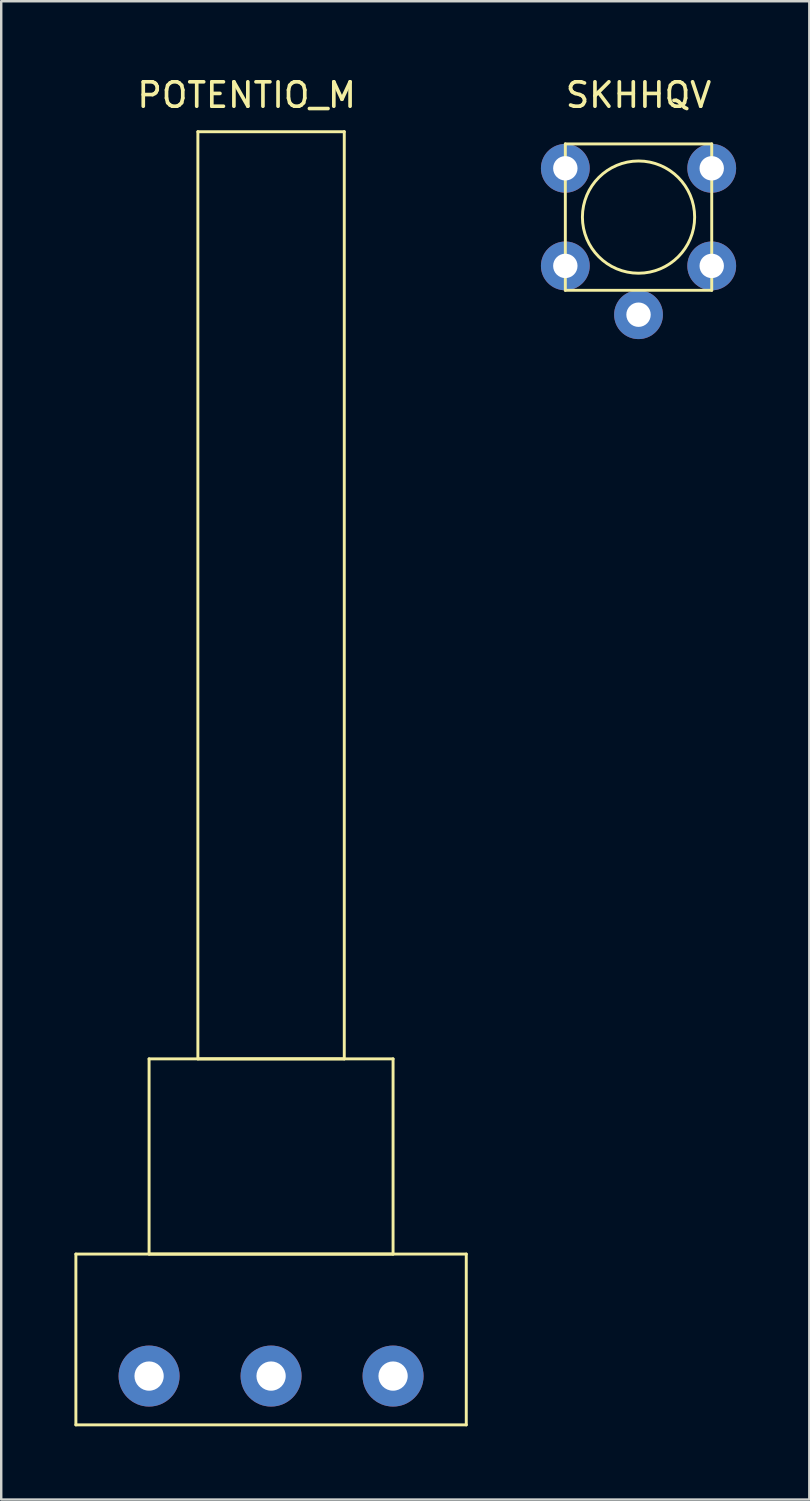
<source format=kicad_pcb>
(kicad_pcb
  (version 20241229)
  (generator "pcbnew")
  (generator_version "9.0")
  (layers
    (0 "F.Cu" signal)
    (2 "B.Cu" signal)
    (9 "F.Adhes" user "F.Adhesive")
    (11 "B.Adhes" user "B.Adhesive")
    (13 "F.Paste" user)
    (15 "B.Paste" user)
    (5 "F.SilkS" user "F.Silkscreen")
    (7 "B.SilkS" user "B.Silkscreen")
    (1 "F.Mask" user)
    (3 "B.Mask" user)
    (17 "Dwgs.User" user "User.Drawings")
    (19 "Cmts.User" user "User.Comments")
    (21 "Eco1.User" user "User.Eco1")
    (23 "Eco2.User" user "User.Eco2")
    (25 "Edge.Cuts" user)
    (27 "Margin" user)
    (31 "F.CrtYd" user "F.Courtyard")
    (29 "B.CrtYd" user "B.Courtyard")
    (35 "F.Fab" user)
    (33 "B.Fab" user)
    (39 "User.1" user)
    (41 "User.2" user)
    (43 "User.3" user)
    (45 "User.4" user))
  (footprint "SKHHQV"
    (layer "F.Cu")
    (at 23.12 5.848)
    (property "Reference" "SKHHQV" (at 0 -5 0) (layer "F.SilkS") (effects (font (size 1 1) (thickness 0.15))))
    (attr through_hole)
    (fp_line (start -3 -3) (end 3 -3) (stroke (width 0.12) (type solid)) (layer "F.SilkS"))
    (fp_line (start -3 3) (end -3 -3) (stroke (width 0.12) (type solid)) (layer "F.SilkS"))
    (fp_line (start 3 -3) (end 3 3) (stroke (width 0.12) (type solid)) (layer "F.SilkS"))
    (fp_line (start 3 3) (end -3 3) (stroke (width 0.12) (type solid)) (layer "F.SilkS"))
    (fp_circle (center 0 0) (end 2.3 0) (stroke (width 0.12) (type solid)) (fill no) (layer "F.SilkS"))
    (pad "1" thru_hole circle (at -3 -2) (size 2 2) (drill 1) (layers "*.Cu" "*.Mask"))
    (pad "2" thru_hole circle (at -3 2) (size 2 2) (drill 1) (layers "*.Cu" "*.Mask"))
    (pad "3" thru_hole circle (at 3 2) (size 2 2) (drill 1) (layers "*.Cu" "*.Mask"))
    (pad "4" thru_hole circle (at 3 -2) (size 2 2) (drill 1) (layers "*.Cu" "*.Mask"))
    (pad "5" thru_hole circle (at 0 4) (size 2 2) (drill 1) (layers "*.Cu" "*.Mask")))
  (footprint "POTENTIO_M"
    (layer "F.Cu")
    (at 5.06 2.348)
    (property "Reference" "POTENTIO_M" (at 2 -1.5 0) (layer "F.SilkS") (effects (font (size 1 1) (thickness 0.15))))
    (attr through_hole)
    (fp_line (start -5 46) (end 11 46) (stroke (width 0.12) (type solid)) (layer "F.SilkS"))
    (fp_line (start -5 53) (end -5 46) (stroke (width 0.12) (type solid)) (layer "F.SilkS"))
    (fp_line (start -2 38) (end 8 38) (stroke (width 0.12) (type solid)) (layer "F.SilkS"))
    (fp_line (start -2 46) (end -2 38) (stroke (width 0.12) (type solid)) (layer "F.SilkS"))
    (fp_line (start 0 0) (end 0 38) (stroke (width 0.12) (type solid)) (layer "F.SilkS"))
    (fp_line (start 0 38) (end 6 38) (stroke (width 0.12) (type solid)) (layer "F.SilkS"))
    (fp_line (start 6 0) (end 0 0) (stroke (width 0.12) (type solid)) (layer "F.SilkS"))
    (fp_line (start 6 38) (end 6 0) (stroke (width 0.12) (type solid)) (layer "F.SilkS"))
    (fp_line (start 8 38) (end 8 46) (stroke (width 0.12) (type solid)) (layer "F.SilkS"))
    (fp_line (start 8 46) (end -2 46) (stroke (width 0.12) (type solid)) (layer "F.SilkS"))
    (fp_line (start 11 46) (end 11 53) (stroke (width 0.12) (type solid)) (layer "F.SilkS"))
    (fp_line (start 11 53) (end -5 53) (stroke (width 0.12) (type solid)) (layer "F.SilkS"))
    (pad "1" thru_hole circle (at -2 51) (size 2.5 2.5) (drill 1.2) (layers "*.Cu" "*.Mask"))
    (pad "2" thru_hole circle (at 3 51) (size 2.5 2.5) (drill 1.2) (layers "*.Cu" "*.Mask"))
    (pad "3" thru_hole circle (at 8 51) (size 2.5 2.5) (drill 1.2) (layers "*.Cu" "*.Mask")))
  (gr_rect
    (start -3 -3)
    (end 30.12 58.408)
    (stroke (width 0.1) (type default))
    (fill no)
    (layer "Edge.Cuts")))
</source>
